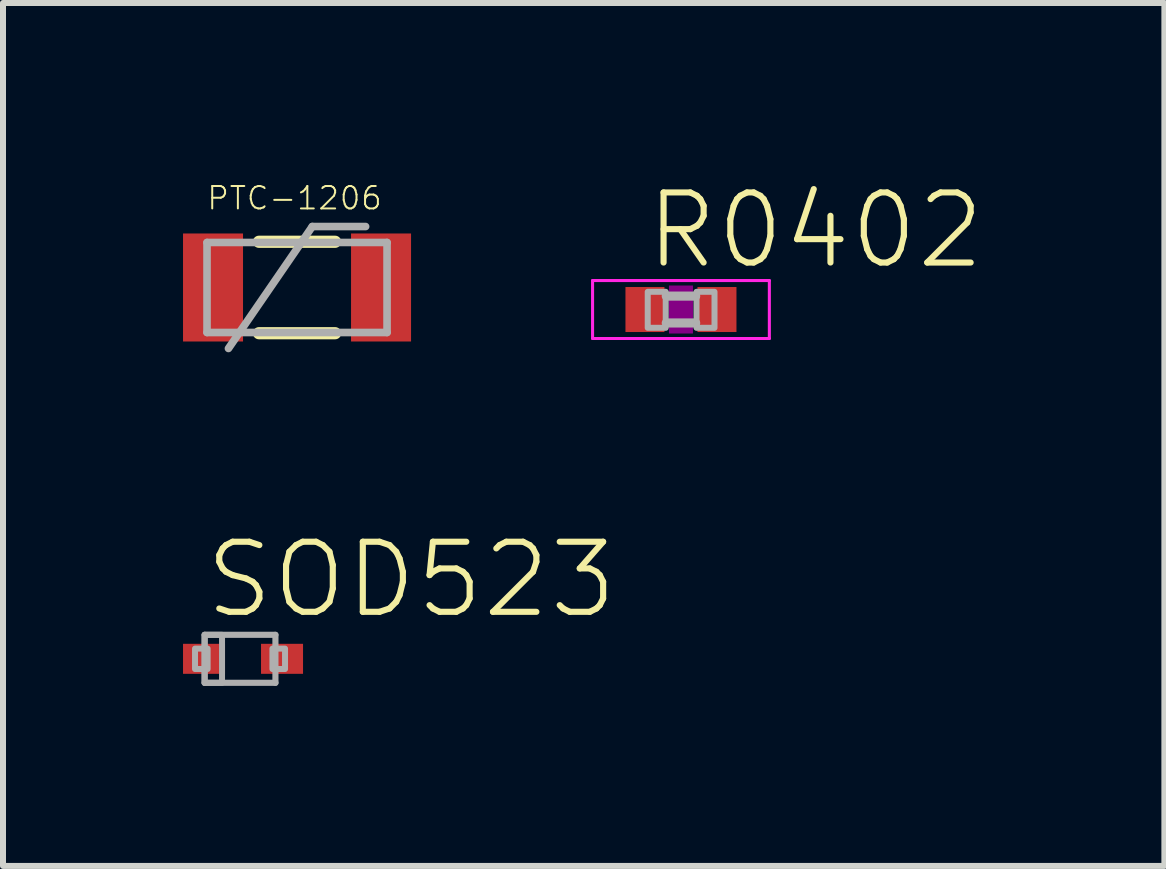
<source format=kicad_pcb>
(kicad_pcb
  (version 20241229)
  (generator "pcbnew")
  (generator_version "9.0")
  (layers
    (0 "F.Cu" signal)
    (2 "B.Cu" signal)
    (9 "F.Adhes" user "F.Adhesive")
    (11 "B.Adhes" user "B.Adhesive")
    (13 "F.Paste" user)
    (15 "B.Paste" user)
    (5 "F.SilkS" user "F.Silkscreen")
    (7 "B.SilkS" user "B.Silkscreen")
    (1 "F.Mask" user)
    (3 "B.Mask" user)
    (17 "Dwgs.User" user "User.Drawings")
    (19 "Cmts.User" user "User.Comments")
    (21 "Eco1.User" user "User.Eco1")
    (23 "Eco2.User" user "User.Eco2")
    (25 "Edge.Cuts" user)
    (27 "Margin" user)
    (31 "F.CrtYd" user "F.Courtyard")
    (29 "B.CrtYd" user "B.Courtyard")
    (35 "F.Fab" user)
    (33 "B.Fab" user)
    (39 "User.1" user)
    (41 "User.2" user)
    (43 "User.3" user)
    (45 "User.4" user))
  (footprint "SOD523"
    (layer "F.Cu")
    (at 0.95 7.929)
    (property "Reference" "SOD523" (at -0.635 -0.635 0) (unlocked yes) (layer "F.SilkS") (effects (font (size 1.168 1.168) (thickness 0.102)) (justify left bottom)))
    (fp_line (start -0.59 -0.4) (end 0.59 -0.4) (stroke (width 0.102) (type solid)) (layer "F.Fab"))
    (fp_line (start -0.59 0.4) (end -0.59 -0.4) (stroke (width 0.102) (type solid)) (layer "F.Fab"))
    (fp_line (start 0.59 -0.4) (end 0.59 0.4) (stroke (width 0.102) (type solid)) (layer "F.Fab"))
    (fp_line (start 0.59 0.4) (end -0.59 0.4) (stroke (width 0.102) (type solid)) (layer "F.Fab"))
    (fp_poly (pts (xy -0.75 0.17) (xy -0.54 0.17) (xy -0.54 -0.17) (xy -0.75 -0.17)) (stroke (width 0.1) (type default)) (fill no) (layer "F.Fab"))
    (fp_poly (pts (xy -0.59 0.4) (xy -0.3 0.4) (xy -0.3 -0.4) (xy -0.59 -0.4)) (stroke (width 0.1) (type default)) (fill no) (layer "F.Fab"))
    (fp_poly (pts (xy 0.54 0.17) (xy 0.75 0.17) (xy 0.75 -0.17) (xy 0.54 -0.17)) (stroke (width 0.1) (type default)) (fill no) (layer "F.Fab"))
    (pad "A" smd rect (at 0.7 0) (size 0.7 0.5) (layers "F.Cu" "F.Mask" "F.Paste"))
    (pad "C" smd rect (at -0.6 0) (size 0.7 0.5) (layers "F.Cu" "F.Mask" "F.Paste")))
  (footprint "PTC-1206"
    (layer "F.Cu")
    (at 1.9 1.741)
    (property "Reference" "PTC-1206" (at -1.524 -1.27 0) (unlocked yes) (layer "F.SilkS") (effects (font (size 0.374 0.374) (thickness 0.033)) (justify left bottom)))
    (fp_line (start -0.635 -0.762) (end 0.635 -0.762) (stroke (width 0.203) (type solid)) (layer "F.SilkS"))
    (fp_line (start 0.635 0.762) (end -0.635 0.762) (stroke (width 0.203) (type solid)) (layer "F.SilkS"))
    (fp_line (start -1.5 -0.75) (end 1.5 -0.75) (stroke (width 0.127) (type solid)) (layer "F.Fab"))
    (fp_line (start -1.5 0.75) (end -1.5 -0.75) (stroke (width 0.127) (type solid)) (layer "F.Fab"))
    (fp_line (start -1.143 1.016) (end 0.254 -1.016) (stroke (width 0.127) (type solid)) (layer "F.Fab"))
    (fp_line (start 0.254 -1.016) (end 1.143 -1.016) (stroke (width 0.127) (type solid)) (layer "F.Fab"))
    (fp_line (start 1.5 -0.75) (end 1.5 0.75) (stroke (width 0.127) (type solid)) (layer "F.Fab"))
    (fp_line (start 1.5 0.75) (end -1.5 0.75) (stroke (width 0.127) (type solid)) (layer "F.Fab"))
    (pad "1" smd rect (at -1.4 0) (size 1 1.8) (layers "F.Cu" "F.Mask" "F.Paste"))
    (pad "2" smd rect (at 1.4 0) (size 1 1.8) (layers "F.Cu" "F.Mask" "F.Paste")))
  (footprint "R0402"
    (layer "F.Cu")
    (at 8.298 2.108)
    (property "Reference" "R0402" (at -0.635 -0.635 0) (unlocked yes) (layer "F.SilkS") (effects (font (size 1.168 1.168) (thickness 0.102)) (justify left bottom)))
    (fp_poly (pts (xy -0.2 0.4) (xy 0.2 0.4) (xy 0.2 -0.4) (xy -0.2 -0.4)) (stroke (width 0) (type default)) (fill yes) (layer "F.Adhes"))
    (fp_line (start -1.473 -0.483) (end 1.473 -0.483) (stroke (width 0.051) (type solid)) (layer "F.CrtYd"))
    (fp_line (start -1.473 0.483) (end -1.473 -0.483) (stroke (width 0.051) (type solid)) (layer "F.CrtYd"))
    (fp_line (start 1.473 -0.483) (end 1.473 0.483) (stroke (width 0.051) (type solid)) (layer "F.CrtYd"))
    (fp_line (start 1.473 0.483) (end -1.473 0.483) (stroke (width 0.051) (type solid)) (layer "F.CrtYd"))
    (fp_line (start -0.245 -0.224) (end 0.245 -0.224) (stroke (width 0.152) (type solid)) (layer "F.Fab"))
    (fp_line (start 0.245 0.224) (end -0.245 0.224) (stroke (width 0.152) (type solid)) (layer "F.Fab"))
    (fp_poly (pts (xy -0.554 0.305) (xy -0.254 0.305) (xy -0.254 -0.295) (xy -0.554 -0.295)) (stroke (width 0.1) (type default)) (fill no) (layer "F.Fab"))
    (fp_poly (pts (xy 0.259 0.305) (xy 0.559 0.305) (xy 0.559 -0.295) (xy 0.259 -0.295)) (stroke (width 0.1) (type default)) (fill no) (layer "F.Fab"))
    (pad "1" smd rect (at -0.6 0) (size 0.65 0.75) (layers "F.Cu" "F.Mask" "F.Paste"))
    (pad "2" smd rect (at 0.6 0) (size 0.65 0.75) (layers "F.Cu" "F.Mask" "F.Paste")))
  (gr_rect
    (start -3 -3)
    (end 16.354 11.38)
    (stroke (width 0.1) (type default))
    (fill no)
    (layer "Edge.Cuts")))
</source>
